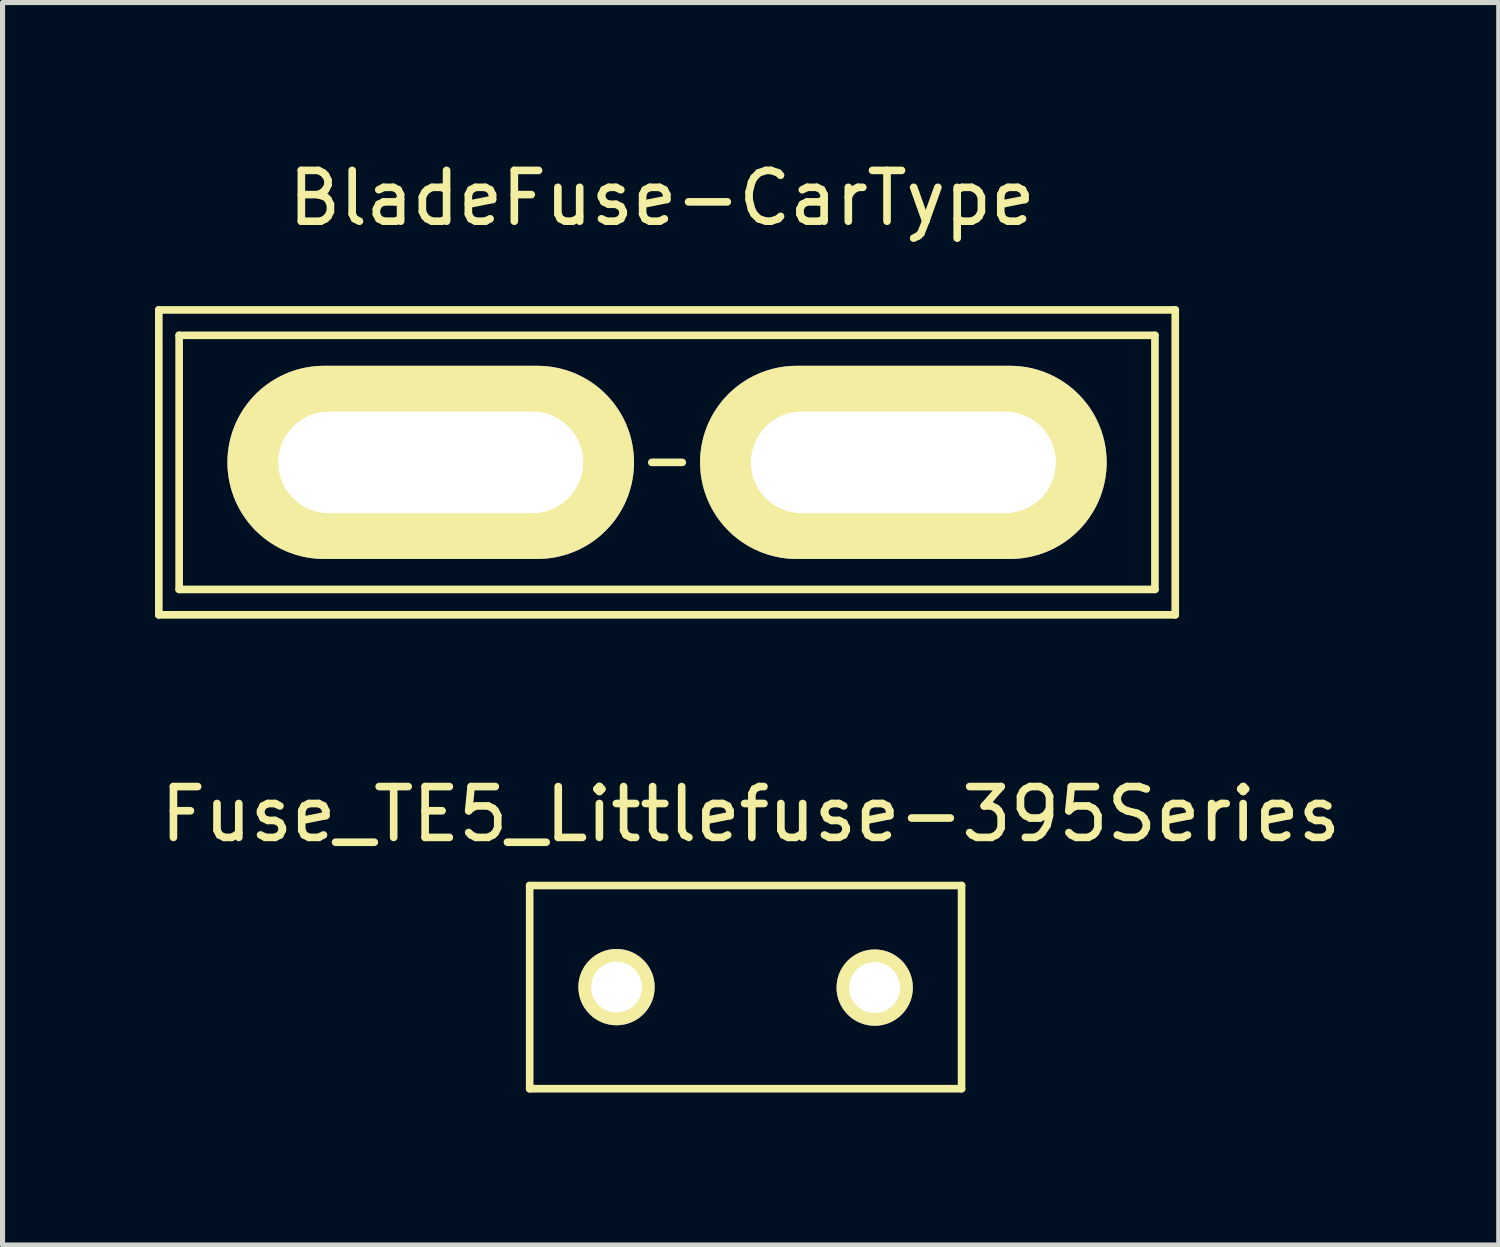
<source format=kicad_pcb>
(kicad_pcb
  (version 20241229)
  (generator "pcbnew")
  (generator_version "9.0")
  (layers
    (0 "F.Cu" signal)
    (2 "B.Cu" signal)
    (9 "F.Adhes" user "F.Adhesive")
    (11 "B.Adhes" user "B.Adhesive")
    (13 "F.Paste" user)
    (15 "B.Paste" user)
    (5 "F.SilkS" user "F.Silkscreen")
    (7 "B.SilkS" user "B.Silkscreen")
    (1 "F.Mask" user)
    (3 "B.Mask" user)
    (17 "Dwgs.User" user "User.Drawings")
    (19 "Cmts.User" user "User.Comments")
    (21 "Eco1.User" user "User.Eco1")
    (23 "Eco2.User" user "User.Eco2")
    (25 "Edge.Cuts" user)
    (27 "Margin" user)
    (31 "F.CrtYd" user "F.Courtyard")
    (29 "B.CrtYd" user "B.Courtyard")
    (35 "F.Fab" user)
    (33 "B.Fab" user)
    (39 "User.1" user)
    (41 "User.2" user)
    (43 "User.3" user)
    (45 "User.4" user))
  (footprint "Fuse_TE5_Littlefuse-395Series"
    (layer "F.Cu")
    (at 11.621 16.373)
    (property "Reference" "Fuse_TE5_Littlefuse-395Series" (at 0.099 -3.401 0) (layer "F.SilkS") (effects (font (size 1 1) (thickness 0.15))))
    (attr through_hole)
    (fp_line (start -4.249 -1.999) (end -4.249 1.999) (stroke (width 0.15) (type solid)) (layer "F.SilkS"))
    (fp_line (start -4.249 1.999) (end 4.249 1.999) (stroke (width 0.15) (type solid)) (layer "F.SilkS"))
    (fp_line (start 4.249 -1.999) (end -4.249 -1.999) (stroke (width 0.15) (type solid)) (layer "F.SilkS"))
    (fp_line (start 4.249 1.999) (end 4.249 -1.999) (stroke (width 0.15) (type solid)) (layer "F.SilkS"))
    (pad "1" thru_hole circle (at -2.54 0) (size 1.501 1.501) (drill 1.001) (layers "*.Cu" "*.Mask" "F.SilkS"))
    (pad "2" thru_hole circle (at 2.54 0.01) (size 1.501 1.501) (drill 1.001) (layers "*.Cu" "*.Mask" "F.SilkS")))
  (footprint "BladeFuse-CarType"
    (layer "F.Cu")
    (at 10.075 6.048)
    (property "Reference" "BladeFuse-CarType" (at -0.1 -5.2 0) (layer "F.SilkS") (effects (font (size 1 1) (thickness 0.15))))
    (attr through_hole)
    (fp_line (start -10 -3) (end 10 -3) (stroke (width 0.15) (type solid)) (layer "F.SilkS"))
    (fp_line (start -10 3) (end -10 -3) (stroke (width 0.15) (type solid)) (layer "F.SilkS"))
    (fp_line (start -9.6 -2.5) (end 9.6 -2.5) (stroke (width 0.15) (type solid)) (layer "F.SilkS"))
    (fp_line (start -9.6 2.5) (end -9.6 -2.5) (stroke (width 0.15) (type solid)) (layer "F.SilkS"))
    (fp_line (start 0.3 0) (end -0.3 0) (stroke (width 0.15) (type solid)) (layer "F.SilkS"))
    (fp_line (start 9.6 -2.5) (end 9.6 2.5) (stroke (width 0.15) (type solid)) (layer "F.SilkS"))
    (fp_line (start 9.6 2.5) (end -9.6 2.5) (stroke (width 0.15) (type solid)) (layer "F.SilkS"))
    (fp_line (start 10 -3) (end 10 3) (stroke (width 0.15) (type solid)) (layer "F.SilkS"))
    (fp_line (start 10 3) (end -10 3) (stroke (width 0.15) (type solid)) (layer "F.SilkS"))
    (pad "1" thru_hole oval (at -4.65 0) (size 8 3.8) (drill oval 6 2) (layers "*.Cu" "*.Mask" "F.SilkS"))
    (pad "2" thru_hole oval (at 4.65 0) (size 8 3.8) (drill oval 6 2) (layers "*.Cu" "*.Mask" "F.SilkS")))
  (gr_rect
    (start -3 -3)
    (end 26.44 21.447)
    (stroke (width 0.1) (type default))
    (fill no)
    (layer "Edge.Cuts")))
</source>
